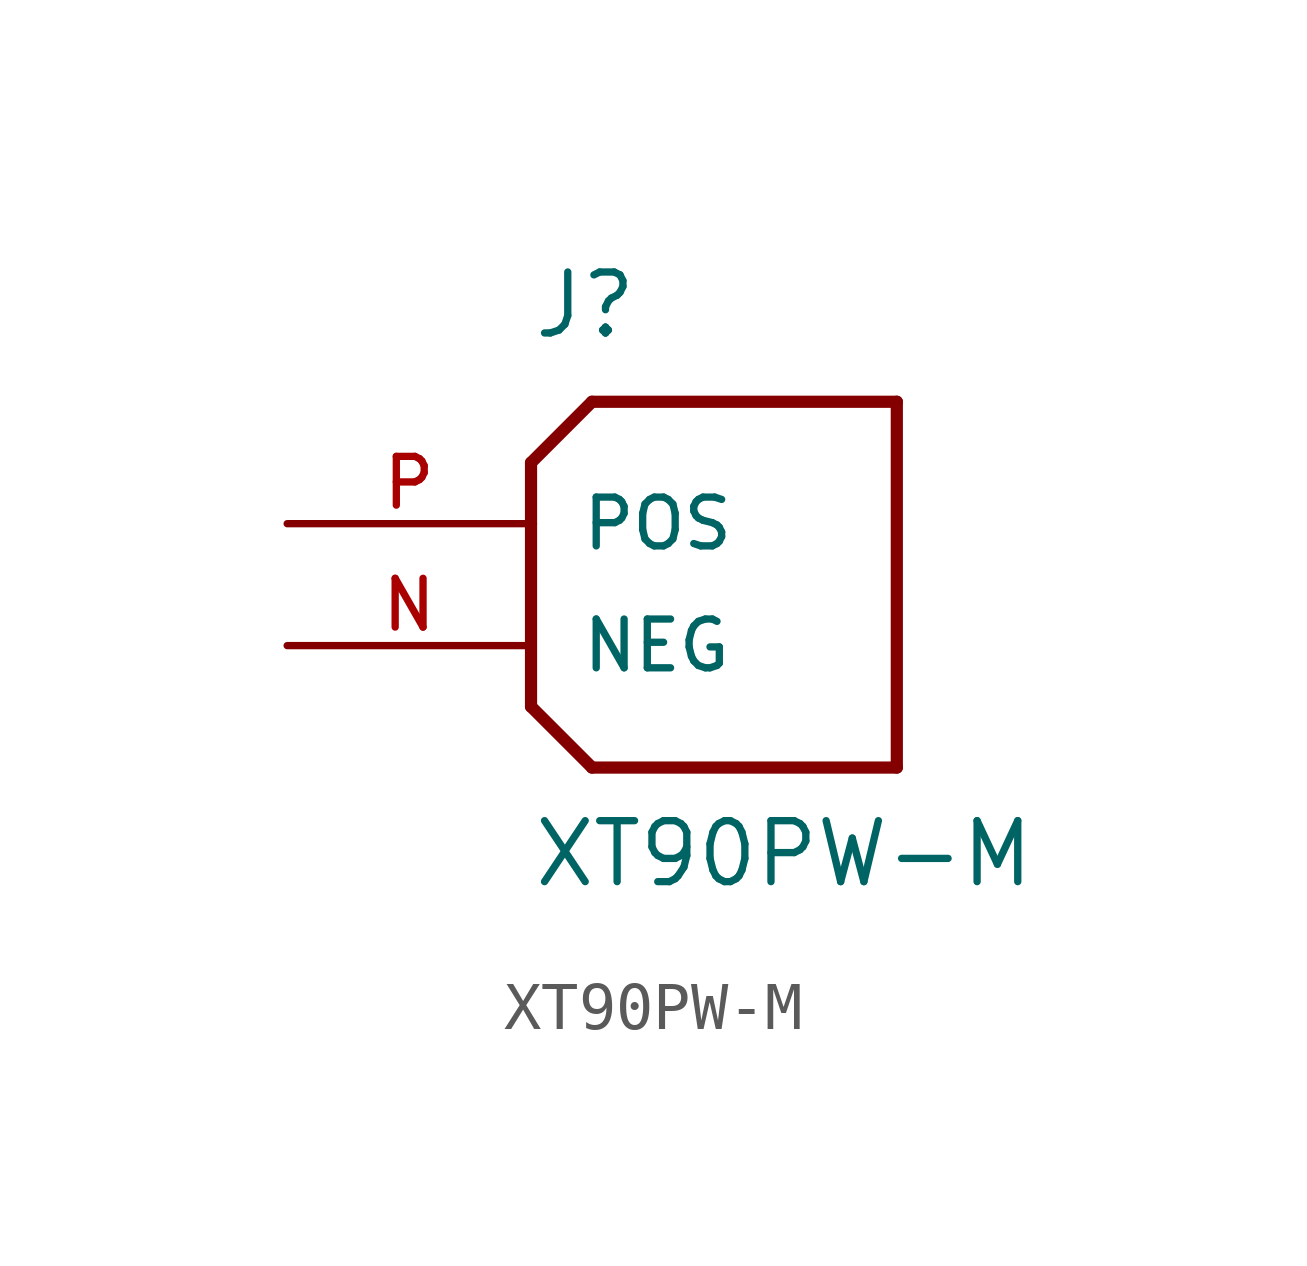
<source format=kicad_sym>
(kicad_symbol_lib
  (version 20231120)
  (generator "kicad_symbol_editor")
  (generator_version "8.0")
  (symbol "XT90PW-M"
    (pin_names
      (offset 1.016))
    (property "Reference" "J"
      (at 0 3.81 0)
      (effects (font (size 1.27 1.27)) (justify left bottom)))
    (property "Value" "XT90PW-M"
      (at 0 -7.62 0)
      (effects (font (size 1.27 1.27)) (justify left bottom)))
    (symbol "XT90PW-M_0_0"
      (polyline (pts (xy 0 -3.81) (xy 1.27 -5.08)) (stroke (width 0.254) (type default)) (fill (type none)))
      (polyline (pts (xy 0 0) (xy 0 -3.81)) (stroke (width 0.254) (type default)) (fill (type none)))
      (polyline (pts (xy 0 1.27) (xy 0 0)) (stroke (width 0.254) (type default)) (fill (type none)))
      (polyline (pts (xy 0 1.27) (xy 1.27 2.54)) (stroke (width 0.254) (type default)) (fill (type none)))
      (polyline (pts (xy 1.27 -5.08) (xy 7.62 -5.08)) (stroke (width 0.254) (type default)) (fill (type none)))
      (polyline (pts (xy 7.62 -5.08) (xy 7.62 2.54)) (stroke (width 0.254) (type default)) (fill (type none)))
      (polyline (pts (xy 7.62 2.54) (xy 1.27 2.54)) (stroke (width 0.254) (type default)) (fill (type none)))
      (pin passive line (at -5.08 -2.54 0) (length 5.08) (name "NEG" (effects (font (size 1.016 1.016)))) (number "N" (effects (font (size 1.016 1.016)))))
      (pin passive line (at -5.08 0 0) (length 5.08) (name "POS" (effects (font (size 1.016 1.016)))) (number "P" (effects (font (size 1.016 1.016))))))))
</source>
